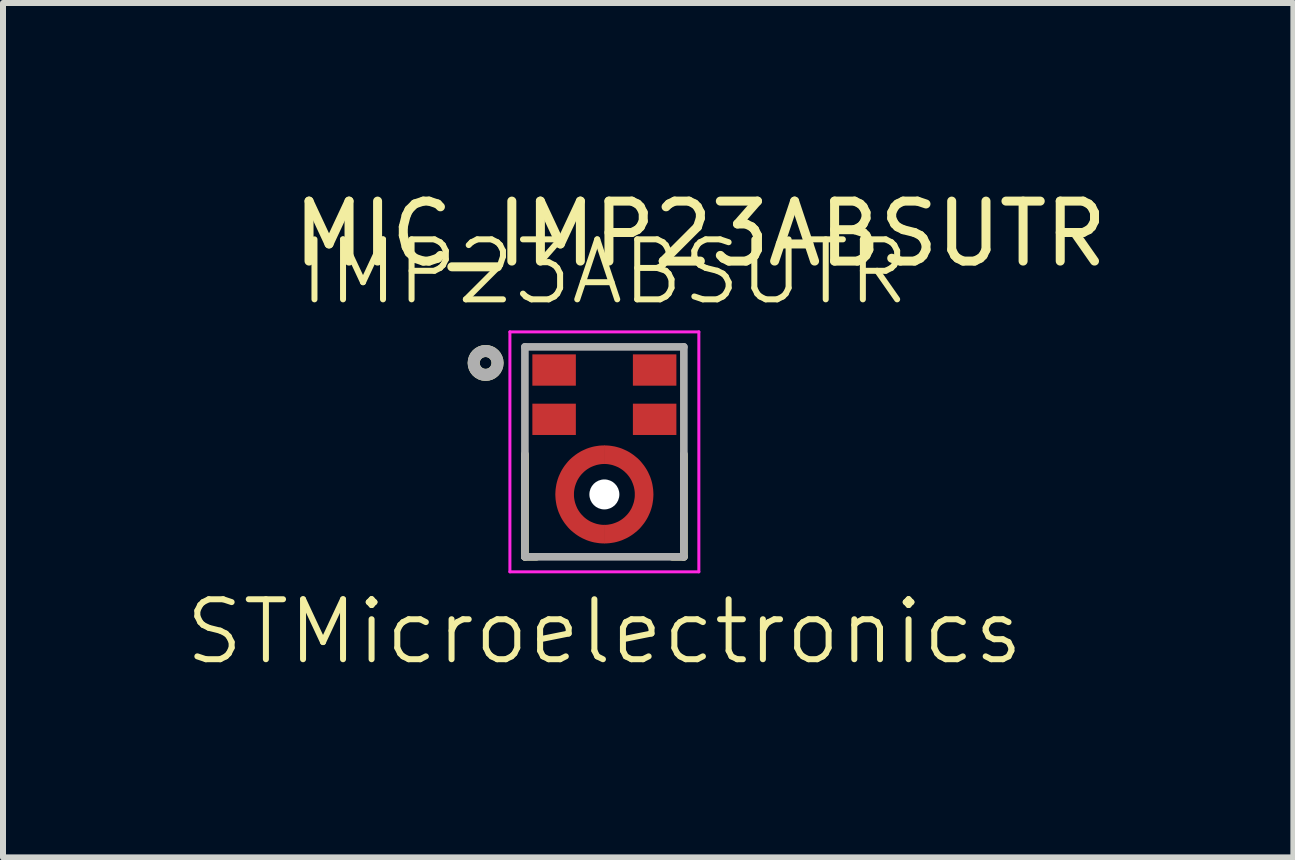
<source format=kicad_pcb>
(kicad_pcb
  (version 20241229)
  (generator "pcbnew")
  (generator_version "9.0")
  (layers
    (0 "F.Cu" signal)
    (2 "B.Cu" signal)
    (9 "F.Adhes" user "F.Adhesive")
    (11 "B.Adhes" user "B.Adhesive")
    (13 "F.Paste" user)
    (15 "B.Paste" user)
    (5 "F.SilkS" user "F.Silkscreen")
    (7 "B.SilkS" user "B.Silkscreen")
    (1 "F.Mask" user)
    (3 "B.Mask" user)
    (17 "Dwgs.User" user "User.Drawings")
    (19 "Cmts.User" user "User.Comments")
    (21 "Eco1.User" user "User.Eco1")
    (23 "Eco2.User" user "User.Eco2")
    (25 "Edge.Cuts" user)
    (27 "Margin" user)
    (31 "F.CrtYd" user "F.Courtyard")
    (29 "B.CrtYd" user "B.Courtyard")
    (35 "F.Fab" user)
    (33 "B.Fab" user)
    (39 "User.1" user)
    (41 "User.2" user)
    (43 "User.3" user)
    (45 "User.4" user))
  (footprint "MIC_IMP23ABSUTR"
    (layer "F.Cu")
    (at 7.026 4.483)
    (property "Reference" "MIC_IMP23ABSUTR" (at 1.6 -3.635 0) (layer "F.SilkS") (effects (font (size 1 1) (thickness 0.15))))
    (property "MP" "IMP23ABSUTR" (at 0 -3 0) (layer "F.SilkS") (effects (font (size 1 1) (thickness 0.1))))
    (property "MN" "STMicroelectronics" (at 0 3 0) (layer "F.SilkS") (effects (font (size 1 1) (thickness 0.1))))
    (attr smd)
    (fp_poly (pts (xy 0 -0.203) (xy 0 0.297) (xy -0.022 0.298) (xy -0.043 0.3) (xy -0.065 0.303) (xy -0.086 0.307) (xy -0.107 0.312) (xy -0.127 0.318) (xy -0.148 0.325) (xy -0.168 0.333) (xy -0.187 0.342) (xy -0.206 0.353) (xy -0.225 0.364) (xy -0.242 0.376) (xy -0.26 0.389) (xy -0.276 0.403) (xy -0.292 0.418) (xy -0.307 0.434) (xy -0.321 0.45) (xy -0.334 0.468) (xy -0.346 0.485) (xy -0.357 0.504) (xy -0.368 0.523) (xy -0.377 0.542) (xy -0.385 0.562) (xy -0.392 0.583) (xy -0.398 0.603) (xy -0.403 0.624) (xy -0.407 0.645) (xy -0.41 0.667) (xy -0.412 0.688) (xy -0.412 0.71) (xy -0.412 0.732) (xy -0.41 0.753) (xy -0.407 0.775) (xy -0.403 0.796) (xy -0.398 0.817) (xy -0.392 0.837) (xy -0.385 0.858) (xy -0.377 0.878) (xy -0.368 0.897) (xy -0.357 0.916) (xy -0.346 0.935) (xy -0.334 0.952) (xy -0.321 0.97) (xy -0.307 0.986) (xy -0.292 1.002) (xy -0.276 1.017) (xy -0.26 1.031) (xy -0.242 1.044) (xy -0.225 1.056) (xy -0.206 1.067) (xy -0.187 1.078) (xy -0.168 1.087) (xy -0.148 1.095) (xy -0.127 1.102) (xy -0.107 1.108) (xy -0.086 1.113) (xy -0.065 1.117) (xy -0.043 1.12) (xy -0.022 1.122) (xy 0 1.123) (xy 0 1.623) (xy -0.048 1.621) (xy -0.095 1.618) (xy -0.143 1.611) (xy -0.19 1.603) (xy -0.236 1.591) (xy -0.282 1.578) (xy -0.327 1.562) (xy -0.371 1.544) (xy -0.414 1.523) (xy -0.456 1.5) (xy -0.497 1.475) (xy -0.536 1.448) (xy -0.574 1.419) (xy -0.611 1.388) (xy -0.645 1.355) (xy -0.678 1.321) (xy -0.709 1.284) (xy -0.738 1.246) (xy -0.765 1.207) (xy -0.79 1.166) (xy -0.813 1.124) (xy -0.834 1.081) (xy -0.852 1.037) (xy -0.868 0.992) (xy -0.881 0.946) (xy -0.893 0.9) (xy -0.901 0.853) (xy -0.908 0.805) (xy -0.911 0.758) (xy -0.912 0.71) (xy -0.911 0.662) (xy -0.908 0.615) (xy -0.901 0.567) (xy -0.893 0.52) (xy -0.881 0.474) (xy -0.868 0.428) (xy -0.852 0.383) (xy -0.834 0.339) (xy -0.813 0.296) (xy -0.79 0.254) (xy -0.765 0.213) (xy -0.738 0.174) (xy -0.709 0.136) (xy -0.678 0.099) (xy -0.645 0.065) (xy -0.611 0.032) (xy -0.574 0.001) (xy -0.536 -0.028) (xy -0.497 -0.055) (xy -0.456 -0.08) (xy -0.414 -0.103) (xy -0.371 -0.124) (xy -0.327 -0.142) (xy -0.282 -0.158) (xy -0.236 -0.171) (xy -0.19 -0.183) (xy -0.143 -0.191) (xy -0.095 -0.198) (xy -0.048 -0.201) (xy 0 -0.203) (xy 0 -0.203)) (stroke (width 0.01) (type solid)) (fill yes) (layer "F.Mask"))
    (fp_poly (pts (xy 0 1.623) (xy 0 1.123) (xy 0.022 1.122) (xy 0.043 1.12) (xy 0.065 1.117) (xy 0.086 1.113) (xy 0.107 1.108) (xy 0.127 1.102) (xy 0.148 1.095) (xy 0.168 1.087) (xy 0.187 1.078) (xy 0.206 1.067) (xy 0.225 1.056) (xy 0.242 1.044) (xy 0.26 1.031) (xy 0.276 1.017) (xy 0.292 1.002) (xy 0.307 0.986) (xy 0.321 0.97) (xy 0.334 0.952) (xy 0.346 0.935) (xy 0.357 0.916) (xy 0.368 0.897) (xy 0.377 0.878) (xy 0.385 0.858) (xy 0.392 0.837) (xy 0.398 0.817) (xy 0.403 0.796) (xy 0.407 0.775) (xy 0.41 0.753) (xy 0.412 0.732) (xy 0.412 0.71) (xy 0.412 0.688) (xy 0.41 0.667) (xy 0.407 0.645) (xy 0.403 0.624) (xy 0.398 0.603) (xy 0.392 0.583) (xy 0.385 0.562) (xy 0.377 0.542) (xy 0.368 0.523) (xy 0.357 0.504) (xy 0.346 0.485) (xy 0.334 0.468) (xy 0.321 0.45) (xy 0.307 0.434) (xy 0.292 0.418) (xy 0.276 0.403) (xy 0.26 0.389) (xy 0.242 0.376) (xy 0.225 0.364) (xy 0.206 0.353) (xy 0.187 0.342) (xy 0.168 0.333) (xy 0.148 0.325) (xy 0.127 0.318) (xy 0.107 0.312) (xy 0.086 0.307) (xy 0.065 0.303) (xy 0.043 0.3) (xy 0.022 0.298) (xy 0 0.297) (xy 0 -0.203) (xy 0.048 -0.201) (xy 0.095 -0.198) (xy 0.143 -0.191) (xy 0.19 -0.183) (xy 0.236 -0.171) (xy 0.282 -0.158) (xy 0.327 -0.142) (xy 0.371 -0.124) (xy 0.414 -0.103) (xy 0.456 -0.08) (xy 0.497 -0.055) (xy 0.536 -0.028) (xy 0.574 0.001) (xy 0.611 0.032) (xy 0.645 0.065) (xy 0.678 0.099) (xy 0.709 0.136) (xy 0.738 0.174) (xy 0.765 0.213) (xy 0.79 0.254) (xy 0.813 0.296) (xy 0.834 0.339) (xy 0.852 0.383) (xy 0.868 0.428) (xy 0.881 0.474) (xy 0.893 0.52) (xy 0.901 0.567) (xy 0.908 0.615) (xy 0.911 0.662) (xy 0.912 0.71) (xy 0.911 0.758) (xy 0.908 0.805) (xy 0.901 0.853) (xy 0.893 0.9) (xy 0.881 0.946) (xy 0.868 0.992) (xy 0.852 1.037) (xy 0.834 1.081) (xy 0.813 1.124) (xy 0.79 1.166) (xy 0.765 1.207) (xy 0.738 1.246) (xy 0.709 1.284) (xy 0.678 1.321) (xy 0.645 1.355) (xy 0.611 1.388) (xy 0.574 1.419) (xy 0.536 1.448) (xy 0.497 1.475) (xy 0.456 1.5) (xy 0.414 1.523) (xy 0.371 1.544) (xy 0.327 1.562) (xy 0.282 1.578) (xy 0.236 1.591) (xy 0.19 1.603) (xy 0.143 1.611) (xy 0.095 1.618) (xy 0.048 1.621) (xy 0 1.623) (xy 0 1.623)) (stroke (width 0.01) (type solid)) (fill yes) (layer "F.Mask"))
    (fp_line (start -1.325 1.75) (end -1.325 0.039) (stroke (width 0.127) (type solid)) (layer "F.SilkS"))
    (fp_line (start -1.133 1.75) (end -1.325 1.75) (stroke (width 0.127) (type solid)) (layer "F.SilkS"))
    (fp_line (start 1.325 1.75) (end 1.133 1.75) (stroke (width 0.127) (type solid)) (layer "F.SilkS"))
    (fp_line (start 1.325 1.75) (end 1.325 0.039) (stroke (width 0.127) (type solid)) (layer "F.SilkS"))
    (fp_circle (center -1.98 -1.482) (end -1.881 -1.482) (stroke (width 0.2) (type solid)) (fill no) (layer "F.SilkS"))
    (fp_poly (pts (xy -1.157 -1.594) (xy -0.517 -1.594) (xy -0.517 -1.134) (xy -1.157 -1.134)) (stroke (width 0.01) (type solid)) (fill yes) (layer "F.Paste"))
    (fp_poly (pts (xy -1.157 -0.772) (xy -0.517 -0.772) (xy -0.517 -0.312) (xy -1.157 -0.312)) (stroke (width 0.01) (type solid)) (fill yes) (layer "F.Paste"))
    (fp_poly (pts (xy 0.517 -1.594) (xy 1.157 -1.594) (xy 1.157 -1.134) (xy 0.517 -1.134)) (stroke (width 0.01) (type solid)) (fill yes) (layer "F.Paste"))
    (fp_poly (pts (xy 0.517 -0.772) (xy 1.157 -0.772) (xy 1.157 -0.312) (xy 0.517 -0.312)) (stroke (width 0.01) (type solid)) (fill yes) (layer "F.Paste"))
    (fp_poly (pts (xy -0.15 1.51) (xy -0.15 1.2) (xy -0.151 1.2) (xy -0.171 1.194) (xy -0.191 1.186) (xy -0.211 1.177) (xy -0.231 1.168) (xy -0.25 1.158) (xy -0.269 1.147) (xy -0.287 1.135) (xy -0.305 1.122) (xy -0.322 1.109) (xy -0.339 1.095) (xy -0.355 1.08) (xy -0.37 1.065) (xy -0.385 1.049) (xy -0.399 1.032) (xy -0.412 1.015) (xy -0.425 0.997) (xy -0.436 0.979) (xy -0.447 0.96) (xy -0.458 0.941) (xy -0.467 0.922) (xy -0.476 0.901) (xy -0.483 0.881) (xy -0.49 0.86) (xy -0.496 0.84) (xy -0.501 0.818) (xy -0.505 0.797) (xy -0.508 0.776) (xy -0.511 0.754) (xy -0.512 0.732) (xy -0.512 0.71) (xy -0.512 0.686) (xy -0.511 0.665) (xy -0.508 0.643) (xy -0.505 0.622) (xy -0.501 0.6) (xy -0.496 0.579) (xy -0.49 0.559) (xy -0.483 0.538) (xy -0.476 0.518) (xy -0.467 0.498) (xy -0.458 0.478) (xy -0.448 0.459) (xy -0.437 0.441) (xy -0.425 0.422) (xy -0.413 0.405) (xy -0.399 0.388) (xy -0.385 0.371) (xy -0.371 0.355) (xy -0.355 0.34) (xy -0.34 0.325) (xy -0.323 0.311) (xy -0.306 0.298) (xy -0.288 0.286) (xy -0.27 0.274) (xy -0.251 0.263) (xy -0.232 0.253) (xy -0.213 0.244) (xy -0.193 0.235) (xy -0.173 0.227) (xy -0.15 0.22) (xy -0.15 -0.09) (xy -0.192 -0.081) (xy -0.228 -0.071) (xy -0.263 -0.06) (xy -0.298 -0.047) (xy -0.333 -0.033) (xy -0.366 -0.017) (xy -0.399 0.001) (xy -0.431 0.02) (xy -0.463 0.041) (xy -0.493 0.062) (xy -0.522 0.086) (xy -0.55 0.11) (xy -0.577 0.136) (xy -0.603 0.163) (xy -0.627 0.192) (xy -0.65 0.221) (xy -0.672 0.251) (xy -0.692 0.283) (xy -0.711 0.315) (xy -0.728 0.348) (xy -0.744 0.382) (xy -0.758 0.416) (xy -0.771 0.452) (xy -0.782 0.487) (xy -0.791 0.523) (xy -0.799 0.56) (xy -0.805 0.597) (xy -0.809 0.634) (xy -0.812 0.671) (xy -0.813 0.71) (xy -0.812 0.745) (xy -0.809 0.783) (xy -0.805 0.82) (xy -0.799 0.857) (xy -0.791 0.894) (xy -0.782 0.93) (xy -0.771 0.966) (xy -0.758 1.001) (xy -0.744 1.036) (xy -0.728 1.07) (xy -0.71 1.103) (xy -0.691 1.136) (xy -0.671 1.167) (xy -0.649 1.198) (xy -0.626 1.227) (xy -0.601 1.256) (xy -0.575 1.283) (xy -0.548 1.309) (xy -0.52 1.334) (xy -0.491 1.357) (xy -0.46 1.379) (xy -0.429 1.4) (xy -0.397 1.419) (xy -0.364 1.437) (xy -0.33 1.453) (xy -0.295 1.468) (xy -0.26 1.481) (xy -0.224 1.492) (xy -0.188 1.502) (xy -0.15 1.51)) (stroke (width 0.01) (type solid)) (fill yes) (layer "F.Paste"))
    (fp_poly (pts (xy 0.15 -0.09) (xy 0.15 0.22) (xy 0.151 0.22) (xy 0.171 0.226) (xy 0.191 0.234) (xy 0.211 0.243) (xy 0.231 0.252) (xy 0.25 0.262) (xy 0.269 0.273) (xy 0.287 0.285) (xy 0.305 0.298) (xy 0.322 0.311) (xy 0.339 0.325) (xy 0.355 0.34) (xy 0.37 0.355) (xy 0.385 0.371) (xy 0.399 0.388) (xy 0.412 0.405) (xy 0.425 0.423) (xy 0.436 0.441) (xy 0.447 0.46) (xy 0.458 0.479) (xy 0.467 0.498) (xy 0.476 0.519) (xy 0.483 0.539) (xy 0.49 0.56) (xy 0.496 0.58) (xy 0.501 0.602) (xy 0.505 0.623) (xy 0.508 0.644) (xy 0.511 0.666) (xy 0.512 0.688) (xy 0.512 0.71) (xy 0.512 0.734) (xy 0.511 0.755) (xy 0.508 0.777) (xy 0.505 0.798) (xy 0.501 0.82) (xy 0.496 0.841) (xy 0.49 0.861) (xy 0.483 0.882) (xy 0.476 0.902) (xy 0.467 0.922) (xy 0.458 0.942) (xy 0.448 0.961) (xy 0.437 0.979) (xy 0.425 0.998) (xy 0.413 1.015) (xy 0.399 1.032) (xy 0.385 1.049) (xy 0.371 1.065) (xy 0.355 1.08) (xy 0.34 1.095) (xy 0.323 1.109) (xy 0.306 1.122) (xy 0.288 1.134) (xy 0.27 1.146) (xy 0.251 1.157) (xy 0.232 1.167) (xy 0.213 1.176) (xy 0.193 1.185) (xy 0.173 1.193) (xy 0.15 1.2) (xy 0.15 1.51) (xy 0.192 1.501) (xy 0.228 1.491) (xy 0.263 1.48) (xy 0.298 1.467) (xy 0.333 1.453) (xy 0.366 1.437) (xy 0.399 1.419) (xy 0.431 1.4) (xy 0.463 1.379) (xy 0.493 1.358) (xy 0.522 1.334) (xy 0.55 1.31) (xy 0.577 1.284) (xy 0.603 1.257) (xy 0.627 1.228) (xy 0.65 1.199) (xy 0.672 1.169) (xy 0.692 1.137) (xy 0.711 1.105) (xy 0.728 1.072) (xy 0.744 1.038) (xy 0.758 1.004) (xy 0.771 0.968) (xy 0.782 0.933) (xy 0.791 0.897) (xy 0.799 0.86) (xy 0.805 0.823) (xy 0.809 0.786) (xy 0.812 0.749) (xy 0.813 0.71) (xy 0.812 0.675) (xy 0.809 0.637) (xy 0.805 0.6) (xy 0.799 0.563) (xy 0.791 0.526) (xy 0.782 0.49) (xy 0.771 0.454) (xy 0.758 0.419) (xy 0.744 0.384) (xy 0.728 0.35) (xy 0.71 0.317) (xy 0.691 0.284) (xy 0.671 0.253) (xy 0.649 0.222) (xy 0.626 0.193) (xy 0.601 0.164) (xy 0.575 0.137) (xy 0.548 0.111) (xy 0.52 0.086) (xy 0.491 0.063) (xy 0.46 0.041) (xy 0.429 0.02) (xy 0.397 0.001) (xy 0.364 -0.017) (xy 0.33 -0.033) (xy 0.295 -0.048) (xy 0.26 -0.061) (xy 0.224 -0.072) (xy 0.188 -0.082) (xy 0.15 -0.09)) (stroke (width 0.01) (type solid)) (fill yes) (layer "F.Paste"))
    (fp_line (start -1.575 -2) (end -1.575 2) (stroke (width 0.05) (type solid)) (layer "F.CrtYd"))
    (fp_line (start -1.575 2) (end 1.575 2) (stroke (width 0.05) (type solid)) (layer "F.CrtYd"))
    (fp_line (start 1.575 -2) (end -1.575 -2) (stroke (width 0.05) (type solid)) (layer "F.CrtYd"))
    (fp_line (start 1.575 2) (end 1.575 -2) (stroke (width 0.05) (type solid)) (layer "F.CrtYd"))
    (fp_line (start -1.325 -1.75) (end 1.325 -1.75) (stroke (width 0.127) (type solid)) (layer "F.Fab"))
    (fp_line (start -1.325 1.75) (end -1.325 -1.75) (stroke (width 0.127) (type solid)) (layer "F.Fab"))
    (fp_line (start 1.325 -1.75) (end 1.325 1.75) (stroke (width 0.127) (type solid)) (layer "F.Fab"))
    (fp_line (start 1.325 1.75) (end -1.325 1.75) (stroke (width 0.127) (type solid)) (layer "F.Fab"))
    (fp_circle (center -1.98 -1.482) (end -1.881 -1.482) (stroke (width 0.2) (type solid)) (fill no) (layer "F.Fab"))
    (pad "" np_thru_hole circle (at 0 0.71) (size 0.5 0.5) (drill 0.5) (layers "*.Cu" "*.Mask"))
    (pad "1" smd rect (at -0.838 -1.364) (size 0.725 0.522) (layers "F.Cu" "F.Mask"))
    (pad "2" smd rect (at -0.838 -0.542) (size 0.725 0.522) (layers "F.Cu" "F.Mask"))
    (pad "3_1" smd custom (at -0.65 0.71) (size 0.1 0.1) (layers "F.Cu") (options (anchor rect)) (primitives (gr_poly (pts (xy 0.65 0.812) (xy 0.65 0.514) (xy 0.65 0.513) (xy 0.651 0.513) (xy 0.65 0.512) (xy 0.623 0.512) (xy 0.596 0.51) (xy 0.57 0.506) (xy 0.543 0.501) (xy 0.517 0.495) (xy 0.492 0.487) (xy 0.466 0.478) (xy 0.442 0.468) (xy 0.417 0.457) (xy 0.394 0.444) (xy 0.371 0.43) (xy 0.349 0.415) (xy 0.327 0.398) (xy 0.307 0.381) (xy 0.288 0.362) (xy 0.269 0.343) (xy 0.252 0.323) (xy 0.235 0.301) (xy 0.22 0.279) (xy 0.206 0.256) (xy 0.193 0.233) (xy 0.182 0.208) (xy 0.172 0.184) (xy 0.163 0.158) (xy 0.155 0.133) (xy 0.149 0.107) (xy 0.144 0.08) (xy 0.14 0.054) (xy 0.138 0.027) (xy 0.138 0) (xy 0.138 -0.027) (xy 0.14 -0.054) (xy 0.144 -0.08) (xy 0.149 -0.107) (xy 0.155 -0.133) (xy 0.163 -0.158) (xy 0.172 -0.184) (xy 0.182 -0.208) (xy 0.193 -0.233) (xy 0.206 -0.256) (xy 0.22 -0.279) (xy 0.235 -0.301) (xy 0.252 -0.323) (xy 0.269 -0.343) (xy 0.288 -0.362) (xy 0.307 -0.381) (xy 0.327 -0.398) (xy 0.349 -0.415) (xy 0.371 -0.43) (xy 0.394 -0.444) (xy 0.417 -0.457) (xy 0.442 -0.468) (xy 0.466 -0.478) (xy 0.492 -0.487) (xy 0.517 -0.495) (xy 0.543 -0.501) (xy 0.57 -0.506) (xy 0.596 -0.51) (xy 0.623 -0.512) (xy 0.65 -0.512) (xy 0.65 -0.812) (xy 0.607 -0.811) (xy 0.565 -0.808) (xy 0.523 -0.802) (xy 0.481 -0.795) (xy 0.44 -0.785) (xy 0.399 -0.773) (xy 0.359 -0.759) (xy 0.32 -0.742) (xy 0.281 -0.724) (xy 0.244 -0.704) (xy 0.207 -0.681) (xy 0.172 -0.657) (xy 0.139 -0.631) (xy 0.106 -0.604) (xy 0.075 -0.575) (xy 0.046 -0.544) (xy 0.019 -0.511) (xy -0.007 -0.478) (xy -0.031 -0.443) (xy -0.054 -0.406) (xy -0.074 -0.369) (xy -0.092 -0.33) (xy -0.109 -0.291) (xy -0.123 -0.251) (xy -0.135 -0.21) (xy -0.145 -0.169) (xy -0.152 -0.127) (xy -0.158 -0.085) (xy -0.161 -0.043) (xy -0.163 0) (xy -0.161 0.043) (xy -0.158 0.085) (xy -0.152 0.127) (xy -0.145 0.169) (xy -0.135 0.21) (xy -0.123 0.251) (xy -0.109 0.291) (xy -0.092 0.33) (xy -0.074 0.369) (xy -0.054 0.406) (xy -0.031 0.443) (xy -0.007 0.478) (xy 0.019 0.511) (xy 0.046 0.544) (xy 0.075 0.575) (xy 0.106 0.604) (xy 0.139 0.631) (xy 0.172 0.657) (xy 0.207 0.681) (xy 0.244 0.704) (xy 0.281 0.724) (xy 0.32 0.742) (xy 0.359 0.759) (xy 0.399 0.773) (xy 0.44 0.785) (xy 0.481 0.795) (xy 0.523 0.802) (xy 0.565 0.808) (xy 0.607 0.811) (xy 0.65 0.812) (xy 0.65 0.812)) (width 0.01) (fill yes))))
    (pad "3_2" smd custom (at 0.65 0.71) (size 0.1 0.1) (layers "F.Cu") (options (anchor rect)) (primitives (gr_poly (pts (xy -0.65 0.812) (xy -0.65 0.514) (xy -0.65 0.513) (xy -0.651 0.513) (xy -0.65 0.512) (xy -0.623 0.512) (xy -0.596 0.51) (xy -0.57 0.506) (xy -0.543 0.501) (xy -0.517 0.495) (xy -0.492 0.487) (xy -0.466 0.478) (xy -0.442 0.468) (xy -0.417 0.457) (xy -0.394 0.444) (xy -0.371 0.43) (xy -0.349 0.415) (xy -0.327 0.398) (xy -0.307 0.381) (xy -0.288 0.362) (xy -0.269 0.343) (xy -0.252 0.323) (xy -0.235 0.301) (xy -0.22 0.279) (xy -0.206 0.256) (xy -0.193 0.233) (xy -0.182 0.208) (xy -0.172 0.184) (xy -0.163 0.158) (xy -0.155 0.133) (xy -0.149 0.107) (xy -0.144 0.08) (xy -0.14 0.054) (xy -0.138 0.027) (xy -0.138 0) (xy -0.138 -0.027) (xy -0.14 -0.054) (xy -0.144 -0.08) (xy -0.149 -0.107) (xy -0.155 -0.133) (xy -0.163 -0.158) (xy -0.172 -0.184) (xy -0.182 -0.208) (xy -0.193 -0.233) (xy -0.206 -0.256) (xy -0.22 -0.279) (xy -0.235 -0.301) (xy -0.252 -0.323) (xy -0.269 -0.343) (xy -0.288 -0.362) (xy -0.307 -0.381) (xy -0.327 -0.398) (xy -0.349 -0.415) (xy -0.371 -0.43) (xy -0.394 -0.444) (xy -0.417 -0.457) (xy -0.442 -0.468) (xy -0.466 -0.478) (xy -0.492 -0.487) (xy -0.517 -0.495) (xy -0.543 -0.501) (xy -0.57 -0.506) (xy -0.596 -0.51) (xy -0.623 -0.512) (xy -0.65 -0.512) (xy -0.65 -0.812) (xy -0.607 -0.811) (xy -0.565 -0.808) (xy -0.523 -0.802) (xy -0.481 -0.795) (xy -0.44 -0.785) (xy -0.399 -0.773) (xy -0.359 -0.759) (xy -0.32 -0.742) (xy -0.281 -0.724) (xy -0.244 -0.704) (xy -0.207 -0.681) (xy -0.172 -0.657) (xy -0.139 -0.631) (xy -0.106 -0.604) (xy -0.075 -0.575) (xy -0.046 -0.544) (xy -0.019 -0.511) (xy 0.007 -0.478) (xy 0.031 -0.443) (xy 0.054 -0.406) (xy 0.074 -0.369) (xy 0.092 -0.33) (xy 0.109 -0.291) (xy 0.123 -0.251) (xy 0.135 -0.21) (xy 0.145 -0.169) (xy 0.152 -0.127) (xy 0.158 -0.085) (xy 0.161 -0.043) (xy 0.163 0) (xy 0.161 0.043) (xy 0.158 0.085) (xy 0.152 0.127) (xy 0.145 0.169) (xy 0.135 0.21) (xy 0.123 0.251) (xy 0.109 0.291) (xy 0.092 0.33) (xy 0.074 0.369) (xy 0.054 0.406) (xy 0.031 0.443) (xy 0.007 0.478) (xy -0.019 0.511) (xy -0.046 0.544) (xy -0.075 0.575) (xy -0.106 0.604) (xy -0.139 0.631) (xy -0.172 0.657) (xy -0.207 0.681) (xy -0.244 0.704) (xy -0.281 0.724) (xy -0.32 0.742) (xy -0.359 0.759) (xy -0.399 0.773) (xy -0.44 0.785) (xy -0.481 0.795) (xy -0.523 0.802) (xy -0.565 0.808) (xy -0.607 0.811) (xy -0.65 0.812) (xy -0.65 0.812)) (width 0.01) (fill yes))))
    (pad "4" smd rect (at 0.838 -0.542) (size 0.725 0.522) (layers "F.Cu" "F.Mask"))
    (pad "5" smd rect (at 0.838 -1.364) (size 0.725 0.522) (layers "F.Cu" "F.Mask")))
  (gr_rect
    (start -3 -3)
    (end 18.513 11.244)
    (stroke (width 0.1) (type default))
    (fill no)
    (layer "Edge.Cuts")))
</source>
